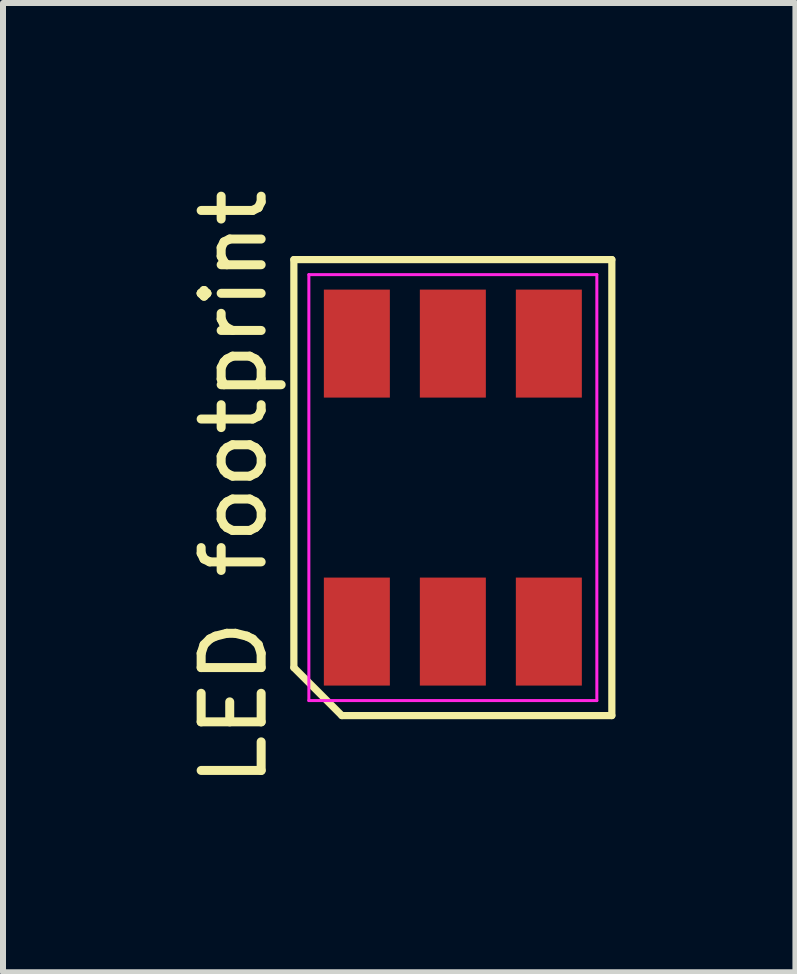
<source format=kicad_pcb>
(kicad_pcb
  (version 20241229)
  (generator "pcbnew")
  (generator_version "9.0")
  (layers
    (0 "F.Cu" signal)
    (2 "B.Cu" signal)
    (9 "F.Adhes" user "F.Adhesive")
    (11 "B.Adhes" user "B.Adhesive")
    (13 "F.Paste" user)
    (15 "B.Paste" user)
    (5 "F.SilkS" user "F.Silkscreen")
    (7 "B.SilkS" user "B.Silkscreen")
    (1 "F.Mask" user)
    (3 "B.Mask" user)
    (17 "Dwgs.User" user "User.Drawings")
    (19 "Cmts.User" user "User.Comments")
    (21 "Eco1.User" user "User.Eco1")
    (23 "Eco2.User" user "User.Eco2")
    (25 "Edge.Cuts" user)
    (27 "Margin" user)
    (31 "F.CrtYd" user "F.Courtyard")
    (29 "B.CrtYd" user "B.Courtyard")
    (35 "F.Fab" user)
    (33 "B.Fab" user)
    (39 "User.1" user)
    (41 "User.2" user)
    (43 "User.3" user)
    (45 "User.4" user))
  (footprint "LED footprint"
    (layer "F.Cu")
    (at 4.498 5.077)
    (property "Reference" "LED footprint" (at -3.65 0 90) (layer "F.SilkS") (effects (font (size 1 1) (thickness 0.15))))
    (attr smd)
    (fp_line (start -2.65 -3.8) (end 2.65 -3.8) (stroke (width 0.12) (type default)) (layer "F.SilkS"))
    (fp_line (start -2.65 3) (end -2.65 -3.8) (stroke (width 0.12) (type default)) (layer "F.SilkS"))
    (fp_line (start -1.85 3.8) (end -2.65 3) (stroke (width 0.12) (type default)) (layer "F.SilkS"))
    (fp_line (start 2.65 -3.8) (end 2.65 3.8) (stroke (width 0.12) (type default)) (layer "F.SilkS"))
    (fp_line (start 2.65 3.8) (end -1.85 3.8) (stroke (width 0.12) (type default)) (layer "F.SilkS"))
    (fp_line (start -2.4 -3.55) (end 2.4 -3.55) (stroke (width 0.05) (type default)) (layer "F.CrtYd"))
    (fp_line (start -2.4 3.55) (end -2.4 -3.55) (stroke (width 0.05) (type default)) (layer "F.CrtYd"))
    (fp_line (start 2.4 -3.55) (end 2.4 3.55) (stroke (width 0.05) (type default)) (layer "F.CrtYd"))
    (fp_line (start 2.4 3.55) (end -2.4 3.55) (stroke (width 0.05) (type default)) (layer "F.CrtYd"))
    (pad "1" smd rect (at -1.6 2.4) (size 1.1 1.8) (layers "F.Cu" "F.Mask" "F.Paste"))
    (pad "2" smd rect (at 0 2.4) (size 1.1 1.8) (layers "F.Cu" "F.Mask" "F.Paste"))
    (pad "3" smd rect (at 1.6 2.4) (size 1.1 1.8) (layers "F.Cu" "F.Mask" "F.Paste"))
    (pad "4" smd rect (at 1.6 -2.4) (size 1.1 1.8) (layers "F.Cu" "F.Mask" "F.Paste"))
    (pad "5" smd rect (at 0 -2.4) (size 1.1 1.8) (layers "F.Cu" "F.Mask" "F.Paste"))
    (pad "6" smd rect (at -1.6 -2.4) (size 1.1 1.8) (layers "F.Cu" "F.Mask" "F.Paste")))
  (gr_rect
    (start -3 -3)
    (end 10.208 13.155)
    (stroke (width 0.1) (type default))
    (fill no)
    (layer "Edge.Cuts")))
</source>
